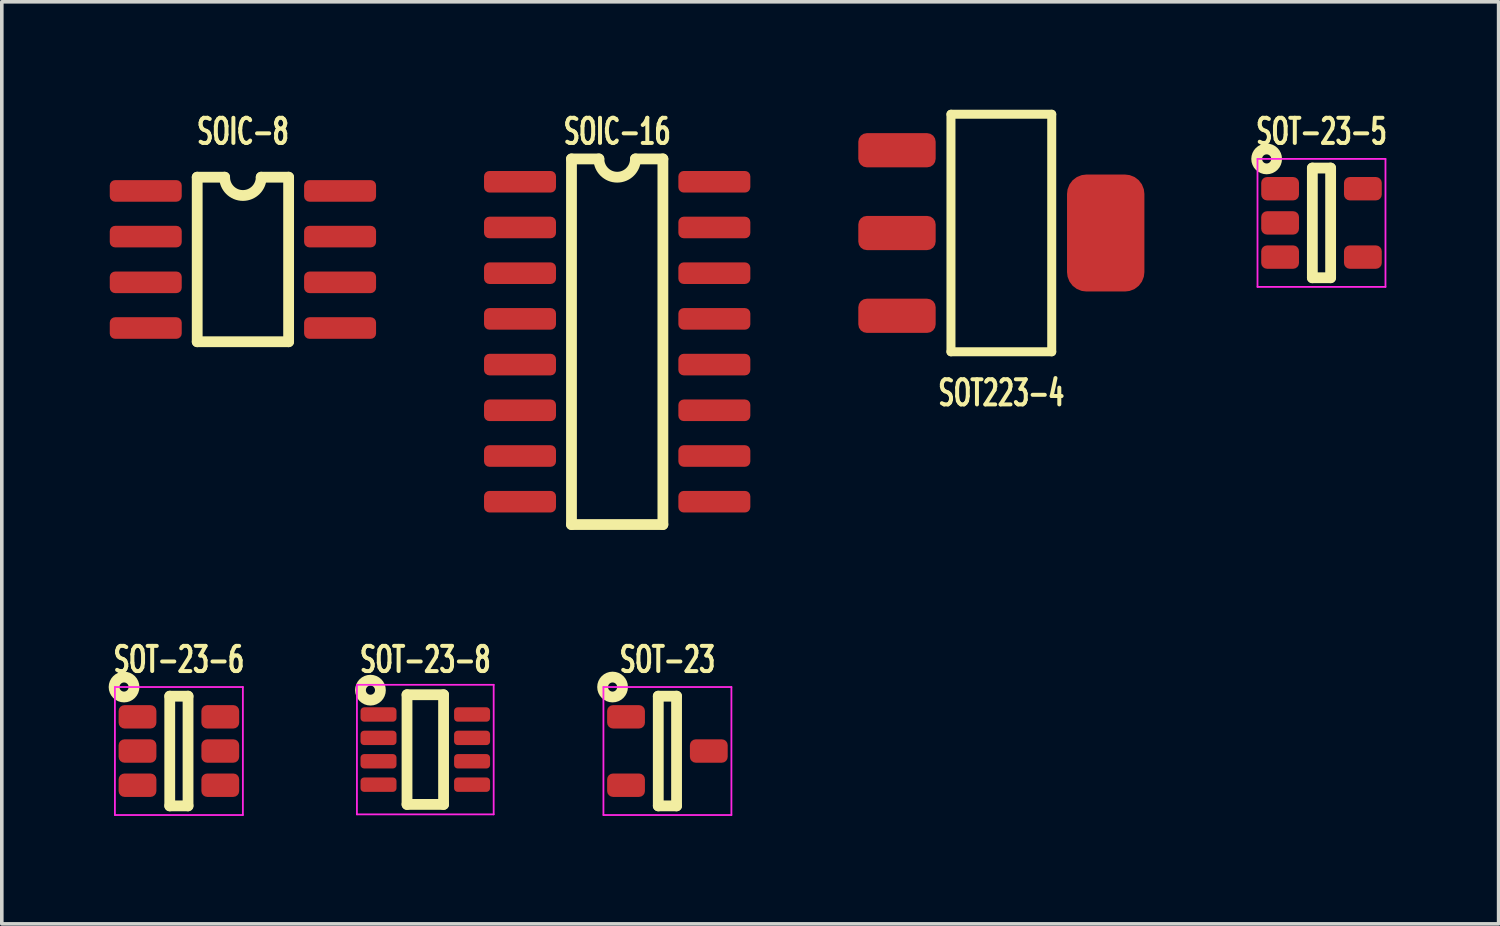
<source format=kicad_pcb>
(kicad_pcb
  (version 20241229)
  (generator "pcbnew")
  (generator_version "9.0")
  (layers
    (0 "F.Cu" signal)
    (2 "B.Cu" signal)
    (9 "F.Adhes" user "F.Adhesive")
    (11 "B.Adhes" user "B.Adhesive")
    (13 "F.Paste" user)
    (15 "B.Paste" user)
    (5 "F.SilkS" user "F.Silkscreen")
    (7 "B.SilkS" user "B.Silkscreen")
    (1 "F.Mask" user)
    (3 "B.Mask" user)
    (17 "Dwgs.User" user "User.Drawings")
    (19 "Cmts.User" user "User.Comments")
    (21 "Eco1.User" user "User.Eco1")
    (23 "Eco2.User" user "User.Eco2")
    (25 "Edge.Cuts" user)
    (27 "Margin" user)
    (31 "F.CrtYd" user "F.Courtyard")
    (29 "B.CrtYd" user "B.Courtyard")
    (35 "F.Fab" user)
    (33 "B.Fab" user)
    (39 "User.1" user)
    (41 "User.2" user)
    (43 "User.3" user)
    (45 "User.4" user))
  (footprint "SOT-23-8"
    (layer "F.Cu")
    (at 8.768 17.779)
    (property "Reference" "SOT-23-8" (at 0 -2.5 0) (layer "F.SilkS") (effects (font (size 0.699 0.445) (thickness 0.111))))
    (attr smd)
    (fp_line (start -0.508 -1.524) (end 0.508 -1.524) (stroke (width 0.3) (type solid)) (layer "F.SilkS"))
    (fp_line (start -0.508 1.524) (end -0.508 -1.524) (stroke (width 0.3) (type solid)) (layer "F.SilkS"))
    (fp_line (start 0.508 -1.524) (end 0.508 1.524) (stroke (width 0.3) (type solid)) (layer "F.SilkS"))
    (fp_line (start 0.508 1.524) (end -0.508 1.524) (stroke (width 0.3) (type solid)) (layer "F.SilkS"))
    (fp_circle (center -1.524 -1.651) (end -1.397 -1.651) (stroke (width 0.3) (type solid)) (fill no) (layer "F.SilkS"))
    (fp_line (start -1.9 -1.8) (end -1.9 1.8) (stroke (width 0.05) (type solid)) (layer "F.CrtYd"))
    (fp_line (start -1.9 1.8) (end 1.9 1.8) (stroke (width 0.05) (type solid)) (layer "F.CrtYd"))
    (fp_line (start 1.9 -1.8) (end -1.9 -1.8) (stroke (width 0.05) (type solid)) (layer "F.CrtYd"))
    (fp_line (start 1.9 1.8) (end 1.9 -1.8) (stroke (width 0.05) (type solid)) (layer "F.CrtYd"))
    (pad "1" smd roundrect (at -1.3 -0.975) (size 1 0.4) (layers "F.Cu" "F.Mask" "F.Paste") (roundrect_rratio 0.25))
    (pad "2" smd roundrect (at -1.3 -0.325) (size 1 0.4) (layers "F.Cu" "F.Mask" "F.Paste") (roundrect_rratio 0.25))
    (pad "3" smd roundrect (at -1.3 0.325) (size 1 0.4) (layers "F.Cu" "F.Mask" "F.Paste") (roundrect_rratio 0.25))
    (pad "4" smd roundrect (at -1.3 0.975) (size 1 0.4) (layers "F.Cu" "F.Mask" "F.Paste") (roundrect_rratio 0.25))
    (pad "5" smd roundrect (at 1.3 0.975) (size 1 0.4) (layers "F.Cu" "F.Mask" "F.Paste") (roundrect_rratio 0.25))
    (pad "6" smd roundrect (at 1.3 0.325) (size 1 0.4) (layers "F.Cu" "F.Mask" "F.Paste") (roundrect_rratio 0.25))
    (pad "7" smd roundrect (at 1.3 -0.325) (size 1 0.4) (layers "F.Cu" "F.Mask" "F.Paste") (roundrect_rratio 0.25))
    (pad "8" smd roundrect (at 1.3 -0.975) (size 1 0.4) (layers "F.Cu" "F.Mask" "F.Paste") (roundrect_rratio 0.25)))
  (footprint "SOIC-16"
    (layer "F.Cu")
    (at 14.1 6.446)
    (property "Reference" "SOIC-16" (at 0 -5.842 0) (layer "F.SilkS") (effects (font (size 0.699 0.445) (thickness 0.111))))
    (attr through_hole)
    (fp_line (start -1.27 -5.08) (end -1.27 5.08) (stroke (width 0.3) (type solid)) (layer "F.SilkS"))
    (fp_line (start -1.27 -5.08) (end -0.508 -5.08) (stroke (width 0.3) (type solid)) (layer "F.SilkS"))
    (fp_line (start -1.27 5.08) (end 1.27 5.08) (stroke (width 0.3) (type solid)) (layer "F.SilkS"))
    (fp_line (start 1.27 -5.08) (end 0.508 -5.08) (stroke (width 0.3) (type solid)) (layer "F.SilkS"))
    (fp_line (start 1.27 5.08) (end 1.27 -5.08) (stroke (width 0.3) (type solid)) (layer "F.SilkS"))
    (fp_arc (start 0.508 -5.08) (mid 0 -4.572) (end -0.508 -5.08) (stroke (width 0.3) (type solid)) (layer "F.SilkS"))
    (pad "1" smd roundrect (at -2.7 -4.445) (size 2 0.6) (layers "F.Cu" "F.Mask" "F.Paste") (roundrect_rratio 0.25))
    (pad "2" smd roundrect (at -2.7 -3.175) (size 2 0.6) (layers "F.Cu" "F.Mask" "F.Paste") (roundrect_rratio 0.25))
    (pad "3" smd roundrect (at -2.7 -1.905) (size 2 0.6) (layers "F.Cu" "F.Mask" "F.Paste") (roundrect_rratio 0.25))
    (pad "4" smd roundrect (at -2.7 -0.635) (size 2 0.6) (layers "F.Cu" "F.Mask" "F.Paste") (roundrect_rratio 0.25))
    (pad "5" smd roundrect (at -2.7 0.635) (size 2 0.6) (layers "F.Cu" "F.Mask" "F.Paste") (roundrect_rratio 0.25))
    (pad "6" smd roundrect (at -2.7 1.905) (size 2 0.6) (layers "F.Cu" "F.Mask" "F.Paste") (roundrect_rratio 0.25))
    (pad "7" smd roundrect (at -2.7 3.175) (size 2 0.6) (layers "F.Cu" "F.Mask" "F.Paste") (roundrect_rratio 0.25))
    (pad "8" smd roundrect (at -2.7 4.445) (size 2 0.6) (layers "F.Cu" "F.Mask" "F.Paste") (roundrect_rratio 0.25))
    (pad "9" smd roundrect (at 2.7 4.445) (size 2 0.6) (layers "F.Cu" "F.Mask" "F.Paste") (roundrect_rratio 0.25))
    (pad "10" smd roundrect (at 2.7 3.175) (size 2 0.6) (layers "F.Cu" "F.Mask" "F.Paste") (roundrect_rratio 0.25))
    (pad "11" smd roundrect (at 2.7 1.905) (size 2 0.6) (layers "F.Cu" "F.Mask" "F.Paste") (roundrect_rratio 0.25))
    (pad "12" smd roundrect (at 2.7 0.635) (size 2 0.6) (layers "F.Cu" "F.Mask" "F.Paste") (roundrect_rratio 0.25))
    (pad "13" smd roundrect (at 2.7 -0.635) (size 2 0.6) (layers "F.Cu" "F.Mask" "F.Paste") (roundrect_rratio 0.25))
    (pad "14" smd roundrect (at 2.7 -1.905) (size 2 0.6) (layers "F.Cu" "F.Mask" "F.Paste") (roundrect_rratio 0.25))
    (pad "15" smd roundrect (at 2.7 -3.175) (size 2 0.6) (layers "F.Cu" "F.Mask" "F.Paste") (roundrect_rratio 0.25))
    (pad "16" smd roundrect (at 2.7 -4.445) (size 2 0.6) (layers "F.Cu" "F.Mask" "F.Paste") (roundrect_rratio 0.25)))
  (footprint "SOT-23-6"
    (layer "F.Cu")
    (at 1.921 17.819)
    (property "Reference" "SOT-23-6" (at 0 -2.54 0) (layer "F.SilkS") (effects (font (size 0.699 0.445) (thickness 0.111))))
    (attr smd)
    (fp_line (start -0.254 -1.524) (end 0.254 -1.524) (stroke (width 0.3) (type solid)) (layer "F.SilkS"))
    (fp_line (start -0.254 1.524) (end -0.254 -1.524) (stroke (width 0.3) (type solid)) (layer "F.SilkS"))
    (fp_line (start 0.254 -1.524) (end 0.254 1.524) (stroke (width 0.3) (type solid)) (layer "F.SilkS"))
    (fp_line (start 0.254 1.524) (end -0.254 1.524) (stroke (width 0.3) (type solid)) (layer "F.SilkS"))
    (fp_circle (center -1.524 -1.778) (end -1.397 -1.778) (stroke (width 0.3) (type solid)) (fill no) (layer "F.SilkS"))
    (fp_line (start -1.778 -1.778) (end 1.778 -1.778) (stroke (width 0.05) (type solid)) (layer "F.CrtYd"))
    (fp_line (start -1.778 1.778) (end -1.778 -1.778) (stroke (width 0.05) (type solid)) (layer "F.CrtYd"))
    (fp_line (start 1.778 -1.778) (end 1.778 1.778) (stroke (width 0.05) (type solid)) (layer "F.CrtYd"))
    (fp_line (start 1.778 1.778) (end -1.778 1.778) (stroke (width 0.05) (type solid)) (layer "F.CrtYd"))
    (pad "1" smd roundrect (at -1.15 -0.95) (size 1.05 0.65) (layers "F.Cu" "F.Mask" "F.Paste") (roundrect_rratio 0.25))
    (pad "2" smd roundrect (at -1.15 0) (size 1.05 0.65) (layers "F.Cu" "F.Mask" "F.Paste") (roundrect_rratio 0.25))
    (pad "3" smd roundrect (at -1.15 0.95) (size 1.05 0.65) (layers "F.Cu" "F.Mask" "F.Paste") (roundrect_rratio 0.25))
    (pad "4" smd roundrect (at 1.15 0.95) (size 1.05 0.65) (layers "F.Cu" "F.Mask" "F.Paste") (roundrect_rratio 0.25))
    (pad "5" smd roundrect (at 1.15 0) (size 1.05 0.65) (layers "F.Cu" "F.Mask" "F.Paste") (roundrect_rratio 0.25))
    (pad "6" smd roundrect (at 1.15 -0.95) (size 1.05 0.65) (layers "F.Cu" "F.Mask" "F.Paste") (roundrect_rratio 0.25)))
  (footprint "SOT-23"
    (layer "F.Cu")
    (at 15.496 17.819)
    (property "Reference" "SOT-23" (at 0 -2.54 0) (layer "F.SilkS") (effects (font (size 0.699 0.445) (thickness 0.111))))
    (attr smd)
    (fp_line (start -0.254 -1.524) (end 0.254 -1.524) (stroke (width 0.3) (type solid)) (layer "F.SilkS"))
    (fp_line (start -0.254 1.524) (end -0.254 -1.524) (stroke (width 0.3) (type solid)) (layer "F.SilkS"))
    (fp_line (start 0.254 -1.524) (end 0.254 1.524) (stroke (width 0.3) (type solid)) (layer "F.SilkS"))
    (fp_line (start 0.254 1.524) (end -0.254 1.524) (stroke (width 0.3) (type solid)) (layer "F.SilkS"))
    (fp_circle (center -1.524 -1.778) (end -1.397 -1.778) (stroke (width 0.3) (type solid)) (fill no) (layer "F.SilkS"))
    (fp_line (start -1.778 -1.778) (end 1.778 -1.778) (stroke (width 0.05) (type solid)) (layer "F.CrtYd"))
    (fp_line (start -1.778 1.778) (end -1.778 -1.778) (stroke (width 0.05) (type solid)) (layer "F.CrtYd"))
    (fp_line (start 1.778 -1.778) (end 1.778 1.778) (stroke (width 0.05) (type solid)) (layer "F.CrtYd"))
    (fp_line (start 1.778 1.778) (end -1.778 1.778) (stroke (width 0.05) (type solid)) (layer "F.CrtYd"))
    (pad "1" smd roundrect (at -1.15 -0.95) (size 1.05 0.65) (layers "F.Cu" "F.Mask" "F.Paste") (roundrect_rratio 0.25))
    (pad "2" smd roundrect (at -1.15 0.95) (size 1.05 0.65) (layers "F.Cu" "F.Mask" "F.Paste") (roundrect_rratio 0.25))
    (pad "3" smd roundrect (at 1.15 0) (size 1.05 0.65) (layers "F.Cu" "F.Mask" "F.Paste") (roundrect_rratio 0.25)))
  (footprint "SOT223-4"
    (layer "F.Cu")
    (at 24.775 3.425)
    (property "Reference" "SOT223-4" (at 0 4.445 0) (layer "F.SilkS") (effects (font (size 0.699 0.445) (thickness 0.111))))
    (attr through_hole)
    (fp_line (start -1.4 -3.3) (end 1.4 -3.3) (stroke (width 0.25) (type solid)) (layer "F.SilkS"))
    (fp_line (start -1.4 3.3) (end -1.4 -3.3) (stroke (width 0.25) (type solid)) (layer "F.SilkS"))
    (fp_line (start 1.4 -3.3) (end 1.4 3.3) (stroke (width 0.25) (type solid)) (layer "F.SilkS"))
    (fp_line (start 1.4 3.3) (end -1.4 3.3) (stroke (width 0.25) (type solid)) (layer "F.SilkS"))
    (pad "1" smd roundrect (at -2.9 -2.3 90) (size 0.95 2.15) (layers "F.Cu" "F.Mask" "F.Paste") (roundrect_rratio 0.25))
    (pad "2" smd roundrect (at -2.9 0 90) (size 0.95 2.15) (layers "F.Cu" "F.Mask" "F.Paste") (roundrect_rratio 0.25))
    (pad "3" smd roundrect (at -2.9 2.3 90) (size 0.95 2.15) (layers "F.Cu" "F.Mask" "F.Paste") (roundrect_rratio 0.25))
    (pad "4" smd roundrect (at 2.9 0 90) (size 3.25 2.15) (layers "F.Cu" "F.Mask" "F.Paste") (roundrect_rratio 0.25)))
  (footprint "SOT-23-5"
    (layer "F.Cu")
    (at 33.671 3.144)
    (property "Reference" "SOT-23-5" (at 0 -2.54 0) (layer "F.SilkS") (effects (font (size 0.699 0.445) (thickness 0.111))))
    (attr smd)
    (fp_line (start -0.254 -1.524) (end 0.254 -1.524) (stroke (width 0.3) (type solid)) (layer "F.SilkS"))
    (fp_line (start -0.254 1.524) (end -0.254 -1.524) (stroke (width 0.3) (type solid)) (layer "F.SilkS"))
    (fp_line (start 0.254 -1.524) (end 0.254 1.524) (stroke (width 0.3) (type solid)) (layer "F.SilkS"))
    (fp_line (start 0.254 1.524) (end -0.254 1.524) (stroke (width 0.3) (type solid)) (layer "F.SilkS"))
    (fp_circle (center -1.524 -1.778) (end -1.397 -1.778) (stroke (width 0.3) (type solid)) (fill no) (layer "F.SilkS"))
    (fp_line (start -1.778 -1.778) (end 1.778 -1.778) (stroke (width 0.05) (type solid)) (layer "F.CrtYd"))
    (fp_line (start -1.778 1.778) (end -1.778 -1.778) (stroke (width 0.05) (type solid)) (layer "F.CrtYd"))
    (fp_line (start 1.778 -1.778) (end 1.778 1.778) (stroke (width 0.05) (type solid)) (layer "F.CrtYd"))
    (fp_line (start 1.778 1.778) (end -1.778 1.778) (stroke (width 0.05) (type solid)) (layer "F.CrtYd"))
    (pad "1" smd roundrect (at -1.15 -0.95) (size 1.05 0.65) (layers "F.Cu" "F.Mask" "F.Paste") (roundrect_rratio 0.25))
    (pad "2" smd roundrect (at -1.15 0) (size 1.05 0.65) (layers "F.Cu" "F.Mask" "F.Paste") (roundrect_rratio 0.25))
    (pad "3" smd roundrect (at -1.15 0.95) (size 1.05 0.65) (layers "F.Cu" "F.Mask" "F.Paste") (roundrect_rratio 0.25))
    (pad "4" smd roundrect (at 1.15 0.95) (size 1.05 0.65) (layers "F.Cu" "F.Mask" "F.Paste") (roundrect_rratio 0.25))
    (pad "5" smd roundrect (at 1.15 -0.95) (size 1.05 0.65) (layers "F.Cu" "F.Mask" "F.Paste") (roundrect_rratio 0.25)))
  (footprint "SOIC-8"
    (layer "F.Cu")
    (at 3.7 4.16)
    (property "Reference" "SOIC-8" (at 0 -3.556 0) (layer "F.SilkS") (effects (font (size 0.699 0.445) (thickness 0.111))))
    (attr through_hole)
    (fp_line (start -1.27 -2.286) (end -1.27 2.286) (stroke (width 0.3) (type solid)) (layer "F.SilkS"))
    (fp_line (start -1.27 -2.286) (end -0.508 -2.286) (stroke (width 0.3) (type solid)) (layer "F.SilkS"))
    (fp_line (start -1.27 2.286) (end 1.27 2.286) (stroke (width 0.3) (type solid)) (layer "F.SilkS"))
    (fp_line (start 1.27 -2.286) (end 0.508 -2.286) (stroke (width 0.3) (type solid)) (layer "F.SilkS"))
    (fp_line (start 1.27 2.286) (end 1.27 -2.286) (stroke (width 0.3) (type solid)) (layer "F.SilkS"))
    (fp_arc (start 0.508 -2.286) (mid 0 -1.778) (end -0.508 -2.286) (stroke (width 0.3) (type solid)) (layer "F.SilkS"))
    (pad "1" smd roundrect (at -2.7 -1.905) (size 2 0.6) (layers "F.Cu" "F.Mask" "F.Paste") (roundrect_rratio 0.25))
    (pad "2" smd roundrect (at -2.7 -0.635) (size 2 0.6) (layers "F.Cu" "F.Mask" "F.Paste") (roundrect_rratio 0.25))
    (pad "3" smd roundrect (at -2.7 0.635) (size 2 0.6) (layers "F.Cu" "F.Mask" "F.Paste") (roundrect_rratio 0.25))
    (pad "4" smd roundrect (at -2.7 1.905) (size 2 0.6) (layers "F.Cu" "F.Mask" "F.Paste") (roundrect_rratio 0.25))
    (pad "5" smd roundrect (at 2.7 1.905) (size 2 0.6) (layers "F.Cu" "F.Mask" "F.Paste") (roundrect_rratio 0.25))
    (pad "6" smd roundrect (at 2.7 0.635) (size 2 0.6) (layers "F.Cu" "F.Mask" "F.Paste") (roundrect_rratio 0.25))
    (pad "7" smd roundrect (at 2.7 -0.635) (size 2 0.6) (layers "F.Cu" "F.Mask" "F.Paste") (roundrect_rratio 0.25))
    (pad "8" smd roundrect (at 2.7 -1.905) (size 2 0.6) (layers "F.Cu" "F.Mask" "F.Paste") (roundrect_rratio 0.25)))
  (gr_rect
    (start -3 -3)
    (end 38.593 22.622)
    (stroke (width 0.1) (type default))
    (fill no)
    (layer "Edge.Cuts")))
</source>
